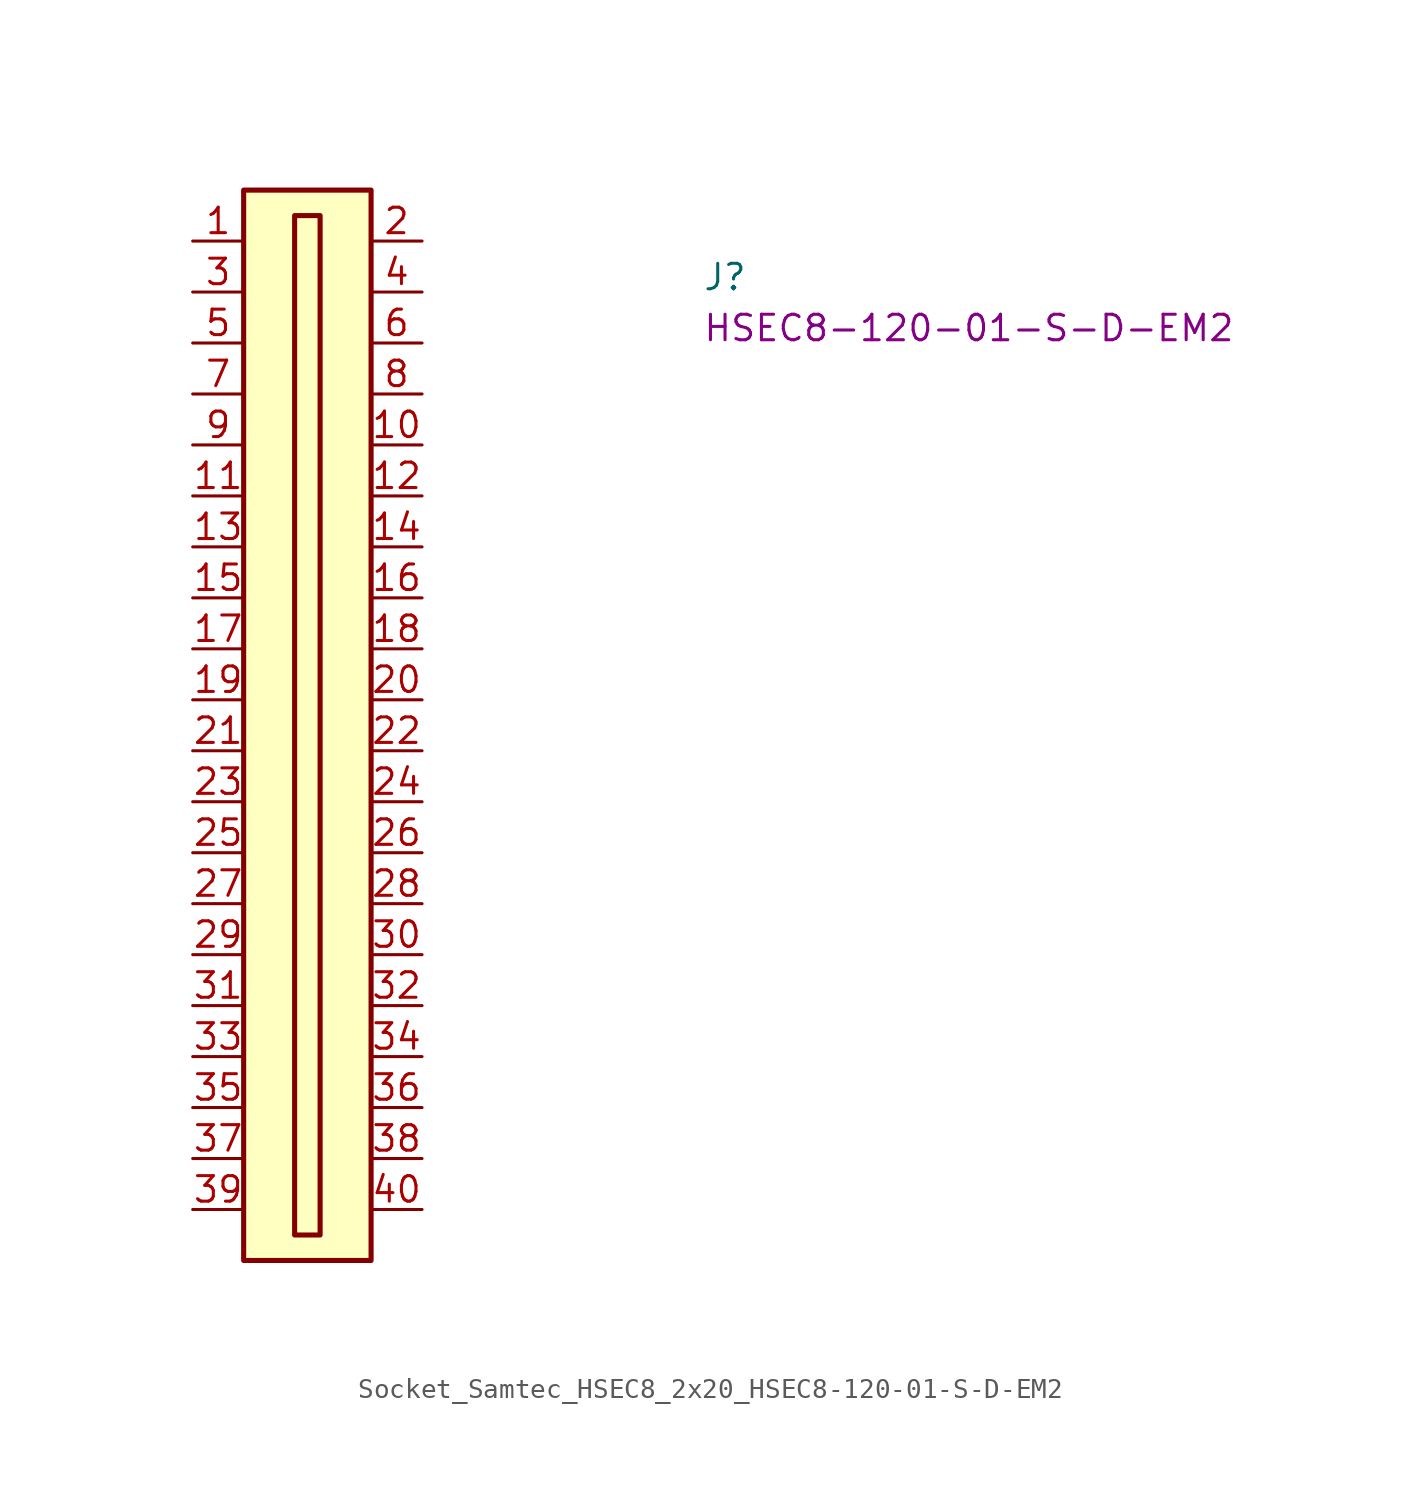
<source format=kicad_sym>
(kicad_symbol_lib
  (version 20220914)
  (generator kicad_symbol_editor)
  (symbol "Socket_Samtec_HSEC8_2x20_HSEC8-120-01-S-D-EM2"
    (property "Reference" "J"
      (at 25.4 -2.54 0)
      (effects (font (size 1.27 1.27) (thickness 0.15)) (justify left bottom)))
    (property "MPN" "HSEC8-120-01-S-D-EM2"
      (at 25.4 -5.08 0)
      (effects (font (size 1.27 1.27)) (justify left bottom)))
    (symbol "Socket_Samtec_HSEC8_2x20_HSEC8-120-01-S-D-EM2_1_1"
      (rectangle (start 2.54 2.54) (end 8.89 -50.8) (stroke (width 0.254) (type default)) (fill (type background)))
      (rectangle (start 5.08 1.27) (end 6.35 -49.53) (stroke (width 0.254) (type default)) (fill (type background)))
      (pin passive line (at 0 0 0) (length 2.54) (name "~" (effects (font (size 1.27 1.27)))) (number "1" (effects (font (size 1.27 1.27)))))
      (pin passive line (at 11.43 -10.16 180) (length 2.54) (name "~" (effects (font (size 1.27 1.27)))) (number "10" (effects (font (size 1.27 1.27)))))
      (pin passive line (at 0 -12.7 0) (length 2.54) (name "~" (effects (font (size 1.27 1.27)))) (number "11" (effects (font (size 1.27 1.27)))))
      (pin passive line (at 11.43 -12.7 180) (length 2.54) (name "~" (effects (font (size 1.27 1.27)))) (number "12" (effects (font (size 1.27 1.27)))))
      (pin passive line (at 0 -15.24 0) (length 2.54) (name "~" (effects (font (size 1.27 1.27)))) (number "13" (effects (font (size 1.27 1.27)))))
      (pin passive line (at 11.43 -15.24 180) (length 2.54) (name "~" (effects (font (size 1.27 1.27)))) (number "14" (effects (font (size 1.27 1.27)))))
      (pin passive line (at 0 -17.78 0) (length 2.54) (name "~" (effects (font (size 1.27 1.27)))) (number "15" (effects (font (size 1.27 1.27)))))
      (pin passive line (at 11.43 -17.78 180) (length 2.54) (name "~" (effects (font (size 1.27 1.27)))) (number "16" (effects (font (size 1.27 1.27)))))
      (pin passive line (at 0 -20.32 0) (length 2.54) (name "~" (effects (font (size 1.27 1.27)))) (number "17" (effects (font (size 1.27 1.27)))))
      (pin passive line (at 11.43 -20.32 180) (length 2.54) (name "~" (effects (font (size 1.27 1.27)))) (number "18" (effects (font (size 1.27 1.27)))))
      (pin passive line (at 0 -22.86 0) (length 2.54) (name "~" (effects (font (size 1.27 1.27)))) (number "19" (effects (font (size 1.27 1.27)))))
      (pin passive line (at 11.43 0 180) (length 2.54) (name "~" (effects (font (size 1.27 1.27)))) (number "2" (effects (font (size 1.27 1.27)))))
      (pin passive line (at 11.43 -22.86 180) (length 2.54) (name "~" (effects (font (size 1.27 1.27)))) (number "20" (effects (font (size 1.27 1.27)))))
      (pin passive line (at 0 -25.4 0) (length 2.54) (name "~" (effects (font (size 1.27 1.27)))) (number "21" (effects (font (size 1.27 1.27)))))
      (pin passive line (at 11.43 -25.4 180) (length 2.54) (name "~" (effects (font (size 1.27 1.27)))) (number "22" (effects (font (size 1.27 1.27)))))
      (pin passive line (at 0 -27.94 0) (length 2.54) (name "~" (effects (font (size 1.27 1.27)))) (number "23" (effects (font (size 1.27 1.27)))))
      (pin passive line (at 11.43 -27.94 180) (length 2.54) (name "~" (effects (font (size 1.27 1.27)))) (number "24" (effects (font (size 1.27 1.27)))))
      (pin passive line (at 0 -30.48 0) (length 2.54) (name "~" (effects (font (size 1.27 1.27)))) (number "25" (effects (font (size 1.27 1.27)))))
      (pin passive line (at 11.43 -30.48 180) (length 2.54) (name "~" (effects (font (size 1.27 1.27)))) (number "26" (effects (font (size 1.27 1.27)))))
      (pin passive line (at 0 -33.02 0) (length 2.54) (name "~" (effects (font (size 1.27 1.27)))) (number "27" (effects (font (size 1.27 1.27)))))
      (pin passive line (at 11.43 -33.02 180) (length 2.54) (name "~" (effects (font (size 1.27 1.27)))) (number "28" (effects (font (size 1.27 1.27)))))
      (pin passive line (at 0 -35.56 0) (length 2.54) (name "~" (effects (font (size 1.27 1.27)))) (number "29" (effects (font (size 1.27 1.27)))))
      (pin passive line (at 0 -2.54 0) (length 2.54) (name "~" (effects (font (size 1.27 1.27)))) (number "3" (effects (font (size 1.27 1.27)))))
      (pin passive line (at 11.43 -35.56 180) (length 2.54) (name "~" (effects (font (size 1.27 1.27)))) (number "30" (effects (font (size 1.27 1.27)))))
      (pin passive line (at 0 -38.1 0) (length 2.54) (name "~" (effects (font (size 1.27 1.27)))) (number "31" (effects (font (size 1.27 1.27)))))
      (pin passive line (at 11.43 -38.1 180) (length 2.54) (name "~" (effects (font (size 1.27 1.27)))) (number "32" (effects (font (size 1.27 1.27)))))
      (pin passive line (at 0 -40.64 0) (length 2.54) (name "~" (effects (font (size 1.27 1.27)))) (number "33" (effects (font (size 1.27 1.27)))))
      (pin passive line (at 11.43 -40.64 180) (length 2.54) (name "~" (effects (font (size 1.27 1.27)))) (number "34" (effects (font (size 1.27 1.27)))))
      (pin passive line (at 0 -43.18 0) (length 2.54) (name "~" (effects (font (size 1.27 1.27)))) (number "35" (effects (font (size 1.27 1.27)))))
      (pin passive line (at 11.43 -43.18 180) (length 2.54) (name "~" (effects (font (size 1.27 1.27)))) (number "36" (effects (font (size 1.27 1.27)))))
      (pin passive line (at 0 -45.72 0) (length 2.54) (name "~" (effects (font (size 1.27 1.27)))) (number "37" (effects (font (size 1.27 1.27)))))
      (pin passive line (at 11.43 -45.72 180) (length 2.54) (name "~" (effects (font (size 1.27 1.27)))) (number "38" (effects (font (size 1.27 1.27)))))
      (pin passive line (at 0 -48.26 0) (length 2.54) (name "~" (effects (font (size 1.27 1.27)))) (number "39" (effects (font (size 1.27 1.27)))))
      (pin passive line (at 11.43 -2.54 180) (length 2.54) (name "~" (effects (font (size 1.27 1.27)))) (number "4" (effects (font (size 1.27 1.27)))))
      (pin passive line (at 11.43 -48.26 180) (length 2.54) (name "~" (effects (font (size 1.27 1.27)))) (number "40" (effects (font (size 1.27 1.27)))))
      (pin passive line (at 0 -5.08 0) (length 2.54) (name "~" (effects (font (size 1.27 1.27)))) (number "5" (effects (font (size 1.27 1.27)))))
      (pin passive line (at 11.43 -5.08 180) (length 2.54) (name "~" (effects (font (size 1.27 1.27)))) (number "6" (effects (font (size 1.27 1.27)))))
      (pin passive line (at 0 -7.62 0) (length 2.54) (name "~" (effects (font (size 1.27 1.27)))) (number "7" (effects (font (size 1.27 1.27)))))
      (pin passive line (at 11.43 -7.62 180) (length 2.54) (name "~" (effects (font (size 1.27 1.27)))) (number "8" (effects (font (size 1.27 1.27)))))
      (pin passive line (at 0 -10.16 0) (length 2.54) (name "~" (effects (font (size 1.27 1.27)))) (number "9" (effects (font (size 1.27 1.27))))))))
</source>
